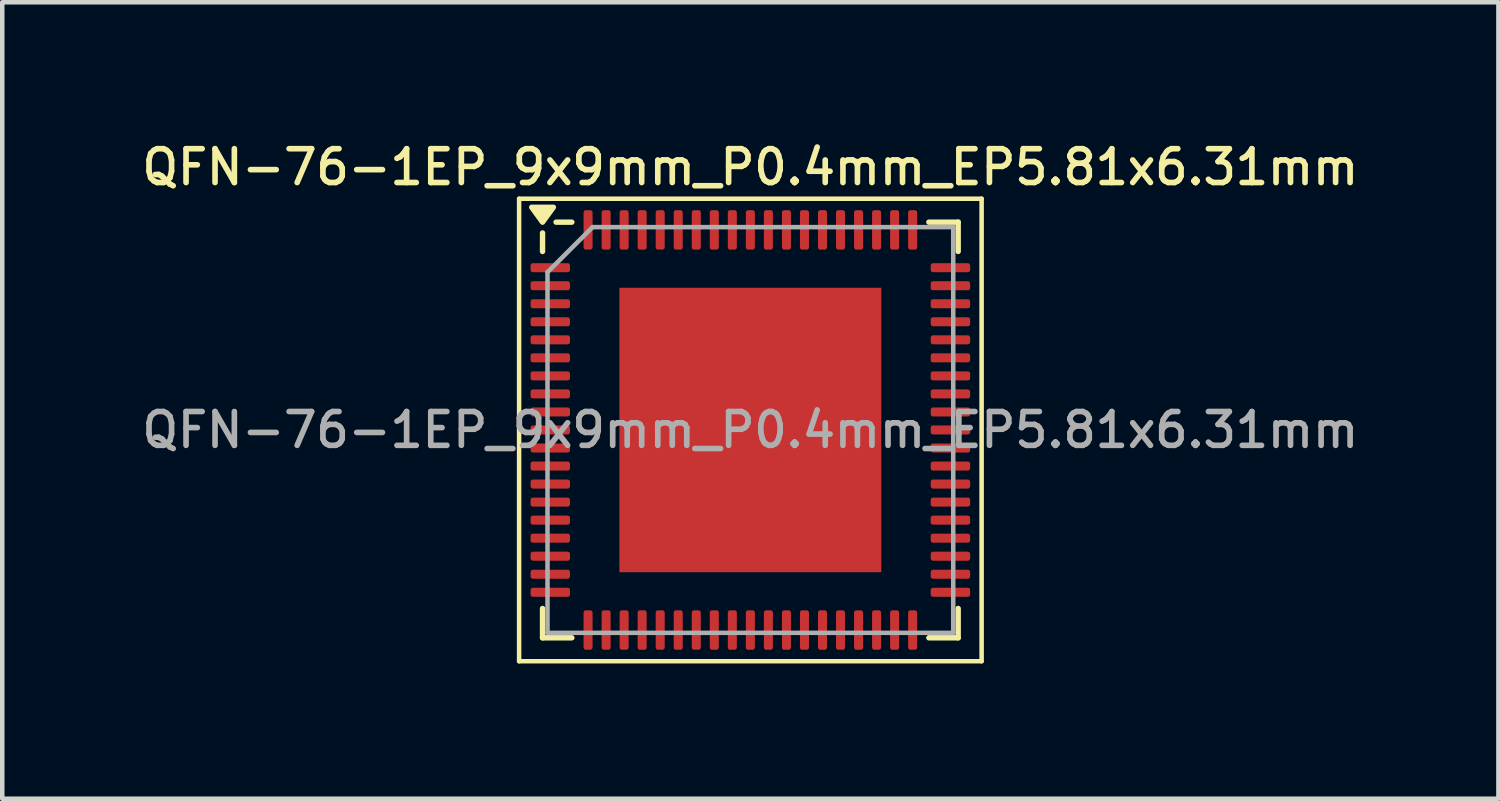
<source format=kicad_pcb>
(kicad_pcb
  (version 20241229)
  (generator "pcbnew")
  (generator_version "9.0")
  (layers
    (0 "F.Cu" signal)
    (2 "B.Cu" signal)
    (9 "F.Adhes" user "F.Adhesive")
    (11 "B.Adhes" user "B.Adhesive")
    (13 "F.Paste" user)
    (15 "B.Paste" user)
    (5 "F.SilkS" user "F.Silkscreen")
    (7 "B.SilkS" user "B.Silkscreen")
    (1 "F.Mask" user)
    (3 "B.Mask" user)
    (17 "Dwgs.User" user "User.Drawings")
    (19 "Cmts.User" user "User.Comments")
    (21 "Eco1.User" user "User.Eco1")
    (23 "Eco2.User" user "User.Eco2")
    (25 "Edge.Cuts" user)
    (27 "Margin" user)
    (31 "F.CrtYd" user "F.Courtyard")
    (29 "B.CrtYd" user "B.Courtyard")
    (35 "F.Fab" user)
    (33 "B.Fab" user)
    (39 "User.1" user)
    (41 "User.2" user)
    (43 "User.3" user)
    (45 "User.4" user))
  (footprint "QFN-76-1EP_9x9mm_P0.4mm_EP5.81x6.31mm"
    (layer "F.Cu")
    (at 13.595 6.488)
    (property "Reference" "QFN-76-1EP_9x9mm_P0.4mm_EP5.81x6.31mm" (at 0 -5.83 0) (layer "F.SilkS") (effects (font (size 0.75 0.75) (thickness 0.125))))
    (attr smd)
    (fp_line (start -5.13 -5.13) (end -5.13 5.13) (stroke (width 0.1) (type solid)) (layer "F.SilkS"))
    (fp_line (start -5.13 5.13) (end 5.13 5.13) (stroke (width 0.1) (type solid)) (layer "F.SilkS"))
    (fp_line (start -4.61 -3.96) (end -4.61 -4.37) (stroke (width 0.12) (type solid)) (layer "F.SilkS"))
    (fp_line (start -4.61 4.61) (end -4.61 3.96) (stroke (width 0.12) (type solid)) (layer "F.SilkS"))
    (fp_line (start -3.96 -4.61) (end -4.31 -4.61) (stroke (width 0.12) (type solid)) (layer "F.SilkS"))
    (fp_line (start -3.96 4.61) (end -4.61 4.61) (stroke (width 0.12) (type solid)) (layer "F.SilkS"))
    (fp_line (start 3.96 -4.61) (end 4.61 -4.61) (stroke (width 0.12) (type solid)) (layer "F.SilkS"))
    (fp_line (start 3.96 4.61) (end 4.61 4.61) (stroke (width 0.12) (type solid)) (layer "F.SilkS"))
    (fp_line (start 4.61 -4.61) (end 4.61 -3.96) (stroke (width 0.12) (type solid)) (layer "F.SilkS"))
    (fp_line (start 4.61 4.61) (end 4.61 3.96) (stroke (width 0.12) (type solid)) (layer "F.SilkS"))
    (fp_line (start 5.13 -5.13) (end -5.13 -5.13) (stroke (width 0.1) (type solid)) (layer "F.SilkS"))
    (fp_line (start 5.13 5.13) (end 5.13 -5.13) (stroke (width 0.1) (type solid)) (layer "F.SilkS"))
    (fp_poly (pts (xy -4.61 -4.61) (xy -4.85 -4.94) (xy -4.37 -4.94) (xy -4.61 -4.61)) (stroke (width 0.12) (type solid)) (fill yes) (layer "F.SilkS"))
    (fp_line (start -4.5 -3.5) (end -3.5 -4.5) (stroke (width 0.1) (type solid)) (layer "F.Fab"))
    (fp_line (start -4.5 4.5) (end -4.5 -3.5) (stroke (width 0.1) (type solid)) (layer "F.Fab"))
    (fp_line (start -3.5 -4.5) (end 4.5 -4.5) (stroke (width 0.1) (type solid)) (layer "F.Fab"))
    (fp_line (start 4.5 -4.5) (end 4.5 4.5) (stroke (width 0.1) (type solid)) (layer "F.Fab"))
    (fp_line (start 4.5 4.5) (end -4.5 4.5) (stroke (width 0.1) (type solid)) (layer "F.Fab"))
    (fp_text user "${REFERENCE}" (at 0 0 0) (layer "F.Fab") (effects (font (size 0.75 0.75) (thickness 0.125))))
    (pad "" smd roundrect (at 0 0) (size 4.68 5.09) (layers "F.Paste") (roundrect_rratio 0.053))
    (pad "1" smd roundrect (at -4.438 -3.6) (size 0.875 0.2) (layers "F.Cu" "F.Mask" "F.Paste") (roundrect_rratio 0.25))
    (pad "2" smd roundrect (at -4.438 -3.2) (size 0.875 0.2) (layers "F.Cu" "F.Mask" "F.Paste") (roundrect_rratio 0.25))
    (pad "3" smd roundrect (at -4.438 -2.8) (size 0.875 0.2) (layers "F.Cu" "F.Mask" "F.Paste") (roundrect_rratio 0.25))
    (pad "4" smd roundrect (at -4.438 -2.4) (size 0.875 0.2) (layers "F.Cu" "F.Mask" "F.Paste") (roundrect_rratio 0.25))
    (pad "5" smd roundrect (at -4.438 -2) (size 0.875 0.2) (layers "F.Cu" "F.Mask" "F.Paste") (roundrect_rratio 0.25))
    (pad "6" smd roundrect (at -4.438 -1.6) (size 0.875 0.2) (layers "F.Cu" "F.Mask" "F.Paste") (roundrect_rratio 0.25))
    (pad "7" smd roundrect (at -4.438 -1.2) (size 0.875 0.2) (layers "F.Cu" "F.Mask" "F.Paste") (roundrect_rratio 0.25))
    (pad "8" smd roundrect (at -4.438 -0.8) (size 0.875 0.2) (layers "F.Cu" "F.Mask" "F.Paste") (roundrect_rratio 0.25))
    (pad "9" smd roundrect (at -4.438 -0.4) (size 0.875 0.2) (layers "F.Cu" "F.Mask" "F.Paste") (roundrect_rratio 0.25))
    (pad "10" smd roundrect (at -4.438 0) (size 0.875 0.2) (layers "F.Cu" "F.Mask" "F.Paste") (roundrect_rratio 0.25))
    (pad "11" smd roundrect (at -4.438 0.4) (size 0.875 0.2) (layers "F.Cu" "F.Mask" "F.Paste") (roundrect_rratio 0.25))
    (pad "12" smd roundrect (at -4.438 0.8) (size 0.875 0.2) (layers "F.Cu" "F.Mask" "F.Paste") (roundrect_rratio 0.25))
    (pad "13" smd roundrect (at -4.438 1.2) (size 0.875 0.2) (layers "F.Cu" "F.Mask" "F.Paste") (roundrect_rratio 0.25))
    (pad "14" smd roundrect (at -4.438 1.6) (size 0.875 0.2) (layers "F.Cu" "F.Mask" "F.Paste") (roundrect_rratio 0.25))
    (pad "15" smd roundrect (at -4.438 2) (size 0.875 0.2) (layers "F.Cu" "F.Mask" "F.Paste") (roundrect_rratio 0.25))
    (pad "16" smd roundrect (at -4.438 2.4) (size 0.875 0.2) (layers "F.Cu" "F.Mask" "F.Paste") (roundrect_rratio 0.25))
    (pad "17" smd roundrect (at -4.438 2.8) (size 0.875 0.2) (layers "F.Cu" "F.Mask" "F.Paste") (roundrect_rratio 0.25))
    (pad "18" smd roundrect (at -4.438 3.2) (size 0.875 0.2) (layers "F.Cu" "F.Mask" "F.Paste") (roundrect_rratio 0.25))
    (pad "19" smd roundrect (at -4.438 3.6) (size 0.875 0.2) (layers "F.Cu" "F.Mask" "F.Paste") (roundrect_rratio 0.25))
    (pad "20" smd roundrect (at -3.6 4.438) (size 0.2 0.875) (layers "F.Cu" "F.Mask" "F.Paste") (roundrect_rratio 0.25))
    (pad "21" smd roundrect (at -3.2 4.438) (size 0.2 0.875) (layers "F.Cu" "F.Mask" "F.Paste") (roundrect_rratio 0.25))
    (pad "22" smd roundrect (at -2.8 4.438) (size 0.2 0.875) (layers "F.Cu" "F.Mask" "F.Paste") (roundrect_rratio 0.25))
    (pad "23" smd roundrect (at -2.4 4.438) (size 0.2 0.875) (layers "F.Cu" "F.Mask" "F.Paste") (roundrect_rratio 0.25))
    (pad "24" smd roundrect (at -2 4.438) (size 0.2 0.875) (layers "F.Cu" "F.Mask" "F.Paste") (roundrect_rratio 0.25))
    (pad "25" smd roundrect (at -1.6 4.438) (size 0.2 0.875) (layers "F.Cu" "F.Mask" "F.Paste") (roundrect_rratio 0.25))
    (pad "26" smd roundrect (at -1.2 4.438) (size 0.2 0.875) (layers "F.Cu" "F.Mask" "F.Paste") (roundrect_rratio 0.25))
    (pad "27" smd roundrect (at -0.8 4.438) (size 0.2 0.875) (layers "F.Cu" "F.Mask" "F.Paste") (roundrect_rratio 0.25))
    (pad "28" smd roundrect (at -0.4 4.438) (size 0.2 0.875) (layers "F.Cu" "F.Mask" "F.Paste") (roundrect_rratio 0.25))
    (pad "29" smd roundrect (at 0 4.438) (size 0.2 0.875) (layers "F.Cu" "F.Mask" "F.Paste") (roundrect_rratio 0.25))
    (pad "30" smd roundrect (at 0.4 4.438) (size 0.2 0.875) (layers "F.Cu" "F.Mask" "F.Paste") (roundrect_rratio 0.25))
    (pad "31" smd roundrect (at 0.8 4.438) (size 0.2 0.875) (layers "F.Cu" "F.Mask" "F.Paste") (roundrect_rratio 0.25))
    (pad "32" smd roundrect (at 1.2 4.438) (size 0.2 0.875) (layers "F.Cu" "F.Mask" "F.Paste") (roundrect_rratio 0.25))
    (pad "33" smd roundrect (at 1.6 4.438) (size 0.2 0.875) (layers "F.Cu" "F.Mask" "F.Paste") (roundrect_rratio 0.25))
    (pad "34" smd roundrect (at 2 4.438) (size 0.2 0.875) (layers "F.Cu" "F.Mask" "F.Paste") (roundrect_rratio 0.25))
    (pad "35" smd roundrect (at 2.4 4.438) (size 0.2 0.875) (layers "F.Cu" "F.Mask" "F.Paste") (roundrect_rratio 0.25))
    (pad "36" smd roundrect (at 2.8 4.438) (size 0.2 0.875) (layers "F.Cu" "F.Mask" "F.Paste") (roundrect_rratio 0.25))
    (pad "37" smd roundrect (at 3.2 4.438) (size 0.2 0.875) (layers "F.Cu" "F.Mask" "F.Paste") (roundrect_rratio 0.25))
    (pad "38" smd roundrect (at 3.6 4.438) (size 0.2 0.875) (layers "F.Cu" "F.Mask" "F.Paste") (roundrect_rratio 0.25))
    (pad "39" smd roundrect (at 4.438 3.6) (size 0.875 0.2) (layers "F.Cu" "F.Mask" "F.Paste") (roundrect_rratio 0.25))
    (pad "40" smd roundrect (at 4.438 3.2) (size 0.875 0.2) (layers "F.Cu" "F.Mask" "F.Paste") (roundrect_rratio 0.25))
    (pad "41" smd roundrect (at 4.438 2.8) (size 0.875 0.2) (layers "F.Cu" "F.Mask" "F.Paste") (roundrect_rratio 0.25))
    (pad "42" smd roundrect (at 4.438 2.4) (size 0.875 0.2) (layers "F.Cu" "F.Mask" "F.Paste") (roundrect_rratio 0.25))
    (pad "43" smd roundrect (at 4.438 2) (size 0.875 0.2) (layers "F.Cu" "F.Mask" "F.Paste") (roundrect_rratio 0.25))
    (pad "44" smd roundrect (at 4.438 1.6) (size 0.875 0.2) (layers "F.Cu" "F.Mask" "F.Paste") (roundrect_rratio 0.25))
    (pad "45" smd roundrect (at 4.438 1.2) (size 0.875 0.2) (layers "F.Cu" "F.Mask" "F.Paste") (roundrect_rratio 0.25))
    (pad "46" smd roundrect (at 4.438 0.8) (size 0.875 0.2) (layers "F.Cu" "F.Mask" "F.Paste") (roundrect_rratio 0.25))
    (pad "47" smd roundrect (at 4.438 0.4) (size 0.875 0.2) (layers "F.Cu" "F.Mask" "F.Paste") (roundrect_rratio 0.25))
    (pad "48" smd roundrect (at 4.438 0) (size 0.875 0.2) (layers "F.Cu" "F.Mask" "F.Paste") (roundrect_rratio 0.25))
    (pad "49" smd roundrect (at 4.438 -0.4) (size 0.875 0.2) (layers "F.Cu" "F.Mask" "F.Paste") (roundrect_rratio 0.25))
    (pad "50" smd roundrect (at 4.438 -0.8) (size 0.875 0.2) (layers "F.Cu" "F.Mask" "F.Paste") (roundrect_rratio 0.25))
    (pad "51" smd roundrect (at 4.438 -1.2) (size 0.875 0.2) (layers "F.Cu" "F.Mask" "F.Paste") (roundrect_rratio 0.25))
    (pad "52" smd roundrect (at 4.438 -1.6) (size 0.875 0.2) (layers "F.Cu" "F.Mask" "F.Paste") (roundrect_rratio 0.25))
    (pad "53" smd roundrect (at 4.438 -2) (size 0.875 0.2) (layers "F.Cu" "F.Mask" "F.Paste") (roundrect_rratio 0.25))
    (pad "54" smd roundrect (at 4.438 -2.4) (size 0.875 0.2) (layers "F.Cu" "F.Mask" "F.Paste") (roundrect_rratio 0.25))
    (pad "55" smd roundrect (at 4.438 -2.8) (size 0.875 0.2) (layers "F.Cu" "F.Mask" "F.Paste") (roundrect_rratio 0.25))
    (pad "56" smd roundrect (at 4.438 -3.2) (size 0.875 0.2) (layers "F.Cu" "F.Mask" "F.Paste") (roundrect_rratio 0.25))
    (pad "57" smd roundrect (at 4.438 -3.6) (size 0.875 0.2) (layers "F.Cu" "F.Mask" "F.Paste") (roundrect_rratio 0.25))
    (pad "58" smd roundrect (at 3.6 -4.438) (size 0.2 0.875) (layers "F.Cu" "F.Mask" "F.Paste") (roundrect_rratio 0.25))
    (pad "59" smd roundrect (at 3.2 -4.438) (size 0.2 0.875) (layers "F.Cu" "F.Mask" "F.Paste") (roundrect_rratio 0.25))
    (pad "60" smd roundrect (at 2.8 -4.438) (size 0.2 0.875) (layers "F.Cu" "F.Mask" "F.Paste") (roundrect_rratio 0.25))
    (pad "61" smd roundrect (at 2.4 -4.438) (size 0.2 0.875) (layers "F.Cu" "F.Mask" "F.Paste") (roundrect_rratio 0.25))
    (pad "62" smd roundrect (at 2 -4.438) (size 0.2 0.875) (layers "F.Cu" "F.Mask" "F.Paste") (roundrect_rratio 0.25))
    (pad "63" smd roundrect (at 1.6 -4.438) (size 0.2 0.875) (layers "F.Cu" "F.Mask" "F.Paste") (roundrect_rratio 0.25))
    (pad "64" smd roundrect (at 1.2 -4.438) (size 0.2 0.875) (layers "F.Cu" "F.Mask" "F.Paste") (roundrect_rratio 0.25))
    (pad "65" smd roundrect (at 0.8 -4.438) (size 0.2 0.875) (layers "F.Cu" "F.Mask" "F.Paste") (roundrect_rratio 0.25))
    (pad "66" smd roundrect (at 0.4 -4.438) (size 0.2 0.875) (layers "F.Cu" "F.Mask" "F.Paste") (roundrect_rratio 0.25))
    (pad "67" smd roundrect (at 0 -4.438) (size 0.2 0.875) (layers "F.Cu" "F.Mask" "F.Paste") (roundrect_rratio 0.25))
    (pad "68" smd roundrect (at -0.4 -4.438) (size 0.2 0.875) (layers "F.Cu" "F.Mask" "F.Paste") (roundrect_rratio 0.25))
    (pad "69" smd roundrect (at -0.8 -4.438) (size 0.2 0.875) (layers "F.Cu" "F.Mask" "F.Paste") (roundrect_rratio 0.25))
    (pad "70" smd roundrect (at -1.2 -4.438) (size 0.2 0.875) (layers "F.Cu" "F.Mask" "F.Paste") (roundrect_rratio 0.25))
    (pad "71" smd roundrect (at -1.6 -4.438) (size 0.2 0.875) (layers "F.Cu" "F.Mask" "F.Paste") (roundrect_rratio 0.25))
    (pad "72" smd roundrect (at -2 -4.438) (size 0.2 0.875) (layers "F.Cu" "F.Mask" "F.Paste") (roundrect_rratio 0.25))
    (pad "73" smd roundrect (at -2.4 -4.438) (size 0.2 0.875) (layers "F.Cu" "F.Mask" "F.Paste") (roundrect_rratio 0.25))
    (pad "74" smd roundrect (at -2.8 -4.438) (size 0.2 0.875) (layers "F.Cu" "F.Mask" "F.Paste") (roundrect_rratio 0.25))
    (pad "75" smd roundrect (at -3.2 -4.438) (size 0.2 0.875) (layers "F.Cu" "F.Mask" "F.Paste") (roundrect_rratio 0.25))
    (pad "76" smd roundrect (at -3.6 -4.438) (size 0.2 0.875) (layers "F.Cu" "F.Mask" "F.Paste") (roundrect_rratio 0.25))
    (pad "77" smd rect (at 0 0) (size 5.81 6.31) (property pad_prop_heatsink) (layers "F.Cu" "F.Mask")))
  (gr_rect
    (start -3 -3)
    (end 30.189 14.668)
    (stroke (width 0.1) (type default))
    (fill no)
    (layer "Edge.Cuts")))
</source>
